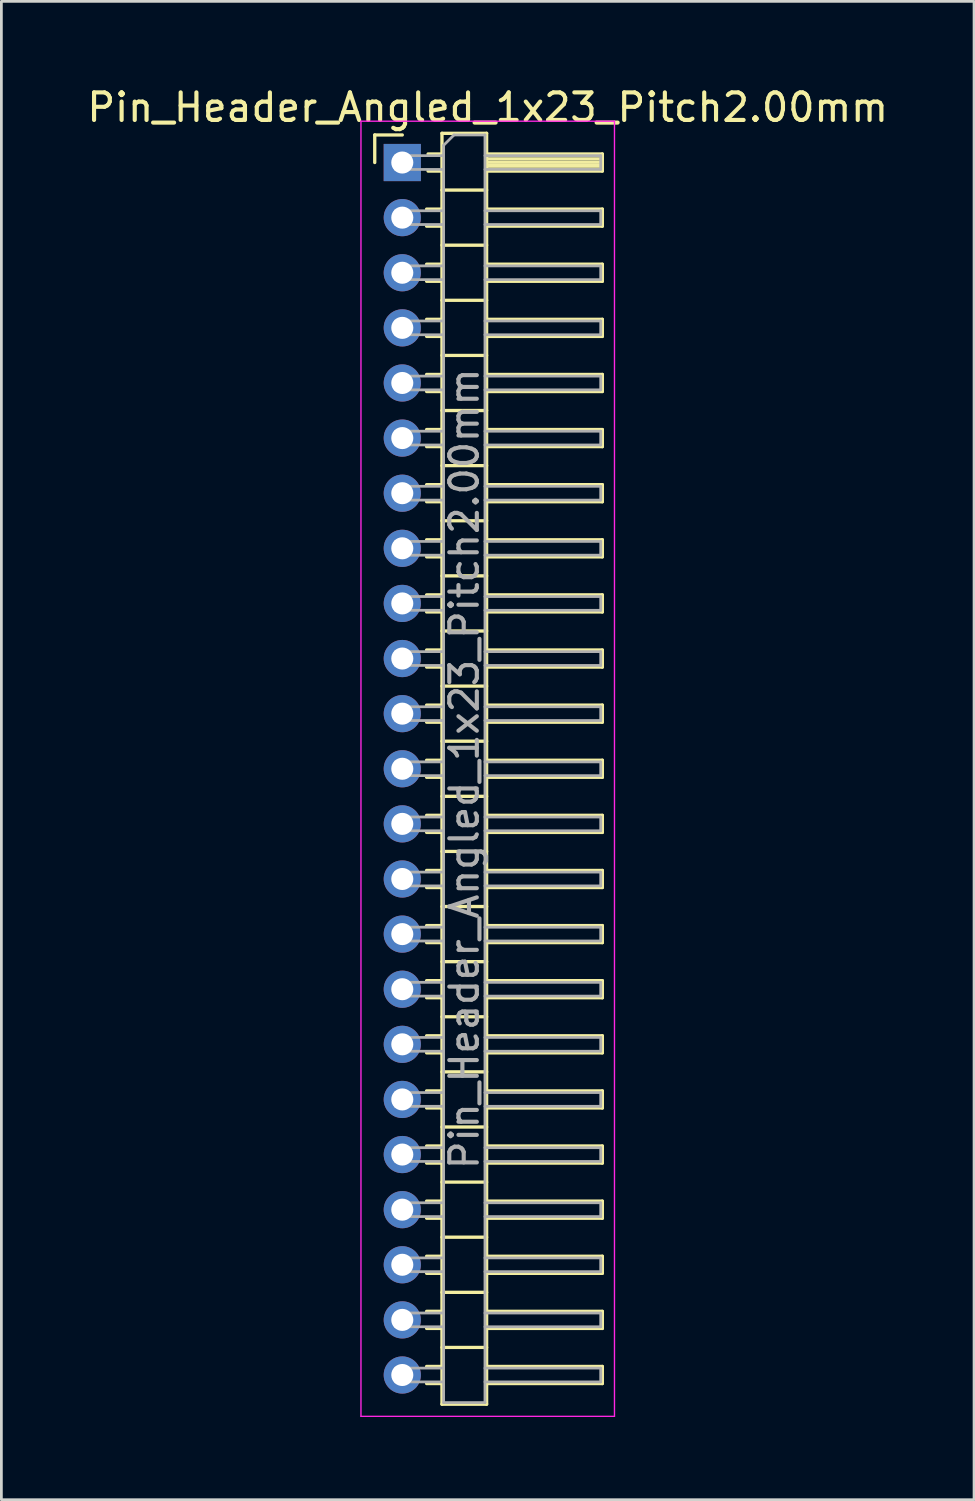
<source format=kicad_pcb>
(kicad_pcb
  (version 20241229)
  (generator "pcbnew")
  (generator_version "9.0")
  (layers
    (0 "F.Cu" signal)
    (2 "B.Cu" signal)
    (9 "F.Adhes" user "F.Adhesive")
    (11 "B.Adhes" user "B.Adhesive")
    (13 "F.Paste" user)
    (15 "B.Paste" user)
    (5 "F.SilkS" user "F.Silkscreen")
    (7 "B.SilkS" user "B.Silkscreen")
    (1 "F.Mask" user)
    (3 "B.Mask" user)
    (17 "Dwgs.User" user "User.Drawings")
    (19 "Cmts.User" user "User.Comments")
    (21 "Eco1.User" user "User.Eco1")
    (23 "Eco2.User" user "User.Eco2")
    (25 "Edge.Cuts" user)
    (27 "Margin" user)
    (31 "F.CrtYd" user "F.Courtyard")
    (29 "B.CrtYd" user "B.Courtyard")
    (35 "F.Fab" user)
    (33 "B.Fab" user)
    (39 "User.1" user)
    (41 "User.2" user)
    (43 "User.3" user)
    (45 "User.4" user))
  (footprint "Pin_Header_Angled_1x23_Pitch2.00mm"
    (layer "F.Cu")
    (at 11.549 2.848)
    (property "Reference" "Pin_Header_Angled_1x23_Pitch2.00mm" (at 3.1 -2 0) (layer "F.SilkS") (effects (font (size 1 1) (thickness 0.15))))
    (attr through_hole)
    (fp_line (start -1 -1) (end 0 -1) (stroke (width 0.12) (type solid)) (layer "F.SilkS"))
    (fp_line (start -1 0) (end -1 -1) (stroke (width 0.12) (type solid)) (layer "F.SilkS"))
    (fp_line (start 0.882 1.69) (end 1.44 1.69) (stroke (width 0.12) (type solid)) (layer "F.SilkS"))
    (fp_line (start 0.882 2.31) (end 1.44 2.31) (stroke (width 0.12) (type solid)) (layer "F.SilkS"))
    (fp_line (start 0.882 3.69) (end 1.44 3.69) (stroke (width 0.12) (type solid)) (layer "F.SilkS"))
    (fp_line (start 0.882 4.31) (end 1.44 4.31) (stroke (width 0.12) (type solid)) (layer "F.SilkS"))
    (fp_line (start 0.882 5.69) (end 1.44 5.69) (stroke (width 0.12) (type solid)) (layer "F.SilkS"))
    (fp_line (start 0.882 6.31) (end 1.44 6.31) (stroke (width 0.12) (type solid)) (layer "F.SilkS"))
    (fp_line (start 0.882 7.69) (end 1.44 7.69) (stroke (width 0.12) (type solid)) (layer "F.SilkS"))
    (fp_line (start 0.882 8.31) (end 1.44 8.31) (stroke (width 0.12) (type solid)) (layer "F.SilkS"))
    (fp_line (start 0.882 9.69) (end 1.44 9.69) (stroke (width 0.12) (type solid)) (layer "F.SilkS"))
    (fp_line (start 0.882 10.31) (end 1.44 10.31) (stroke (width 0.12) (type solid)) (layer "F.SilkS"))
    (fp_line (start 0.882 11.69) (end 1.44 11.69) (stroke (width 0.12) (type solid)) (layer "F.SilkS"))
    (fp_line (start 0.882 12.31) (end 1.44 12.31) (stroke (width 0.12) (type solid)) (layer "F.SilkS"))
    (fp_line (start 0.882 13.69) (end 1.44 13.69) (stroke (width 0.12) (type solid)) (layer "F.SilkS"))
    (fp_line (start 0.882 14.31) (end 1.44 14.31) (stroke (width 0.12) (type solid)) (layer "F.SilkS"))
    (fp_line (start 0.882 15.69) (end 1.44 15.69) (stroke (width 0.12) (type solid)) (layer "F.SilkS"))
    (fp_line (start 0.882 16.31) (end 1.44 16.31) (stroke (width 0.12) (type solid)) (layer "F.SilkS"))
    (fp_line (start 0.882 17.69) (end 1.44 17.69) (stroke (width 0.12) (type solid)) (layer "F.SilkS"))
    (fp_line (start 0.882 18.31) (end 1.44 18.31) (stroke (width 0.12) (type solid)) (layer "F.SilkS"))
    (fp_line (start 0.882 19.69) (end 1.44 19.69) (stroke (width 0.12) (type solid)) (layer "F.SilkS"))
    (fp_line (start 0.882 20.31) (end 1.44 20.31) (stroke (width 0.12) (type solid)) (layer "F.SilkS"))
    (fp_line (start 0.882 21.69) (end 1.44 21.69) (stroke (width 0.12) (type solid)) (layer "F.SilkS"))
    (fp_line (start 0.882 22.31) (end 1.44 22.31) (stroke (width 0.12) (type solid)) (layer "F.SilkS"))
    (fp_line (start 0.882 23.69) (end 1.44 23.69) (stroke (width 0.12) (type solid)) (layer "F.SilkS"))
    (fp_line (start 0.882 24.31) (end 1.44 24.31) (stroke (width 0.12) (type solid)) (layer "F.SilkS"))
    (fp_line (start 0.882 25.69) (end 1.44 25.69) (stroke (width 0.12) (type solid)) (layer "F.SilkS"))
    (fp_line (start 0.882 26.31) (end 1.44 26.31) (stroke (width 0.12) (type solid)) (layer "F.SilkS"))
    (fp_line (start 0.882 27.69) (end 1.44 27.69) (stroke (width 0.12) (type solid)) (layer "F.SilkS"))
    (fp_line (start 0.882 28.31) (end 1.44 28.31) (stroke (width 0.12) (type solid)) (layer "F.SilkS"))
    (fp_line (start 0.882 29.69) (end 1.44 29.69) (stroke (width 0.12) (type solid)) (layer "F.SilkS"))
    (fp_line (start 0.882 30.31) (end 1.44 30.31) (stroke (width 0.12) (type solid)) (layer "F.SilkS"))
    (fp_line (start 0.882 31.69) (end 1.44 31.69) (stroke (width 0.12) (type solid)) (layer "F.SilkS"))
    (fp_line (start 0.882 32.31) (end 1.44 32.31) (stroke (width 0.12) (type solid)) (layer "F.SilkS"))
    (fp_line (start 0.882 33.69) (end 1.44 33.69) (stroke (width 0.12) (type solid)) (layer "F.SilkS"))
    (fp_line (start 0.882 34.31) (end 1.44 34.31) (stroke (width 0.12) (type solid)) (layer "F.SilkS"))
    (fp_line (start 0.882 35.69) (end 1.44 35.69) (stroke (width 0.12) (type solid)) (layer "F.SilkS"))
    (fp_line (start 0.882 36.31) (end 1.44 36.31) (stroke (width 0.12) (type solid)) (layer "F.SilkS"))
    (fp_line (start 0.882 37.69) (end 1.44 37.69) (stroke (width 0.12) (type solid)) (layer "F.SilkS"))
    (fp_line (start 0.882 38.31) (end 1.44 38.31) (stroke (width 0.12) (type solid)) (layer "F.SilkS"))
    (fp_line (start 0.882 39.69) (end 1.44 39.69) (stroke (width 0.12) (type solid)) (layer "F.SilkS"))
    (fp_line (start 0.882 40.31) (end 1.44 40.31) (stroke (width 0.12) (type solid)) (layer "F.SilkS"))
    (fp_line (start 0.882 41.69) (end 1.44 41.69) (stroke (width 0.12) (type solid)) (layer "F.SilkS"))
    (fp_line (start 0.882 42.31) (end 1.44 42.31) (stroke (width 0.12) (type solid)) (layer "F.SilkS"))
    (fp_line (start 0.882 43.69) (end 1.44 43.69) (stroke (width 0.12) (type solid)) (layer "F.SilkS"))
    (fp_line (start 0.882 44.31) (end 1.44 44.31) (stroke (width 0.12) (type solid)) (layer "F.SilkS"))
    (fp_line (start 0.935 -0.31) (end 1.44 -0.31) (stroke (width 0.12) (type solid)) (layer "F.SilkS"))
    (fp_line (start 0.935 0.31) (end 1.44 0.31) (stroke (width 0.12) (type solid)) (layer "F.SilkS"))
    (fp_line (start 1.44 -1.06) (end 1.44 45.06) (stroke (width 0.12) (type solid)) (layer "F.SilkS"))
    (fp_line (start 1.44 1) (end 3.06 1) (stroke (width 0.12) (type solid)) (layer "F.SilkS"))
    (fp_line (start 1.44 3) (end 3.06 3) (stroke (width 0.12) (type solid)) (layer "F.SilkS"))
    (fp_line (start 1.44 5) (end 3.06 5) (stroke (width 0.12) (type solid)) (layer "F.SilkS"))
    (fp_line (start 1.44 7) (end 3.06 7) (stroke (width 0.12) (type solid)) (layer "F.SilkS"))
    (fp_line (start 1.44 9) (end 3.06 9) (stroke (width 0.12) (type solid)) (layer "F.SilkS"))
    (fp_line (start 1.44 11) (end 3.06 11) (stroke (width 0.12) (type solid)) (layer "F.SilkS"))
    (fp_line (start 1.44 13) (end 3.06 13) (stroke (width 0.12) (type solid)) (layer "F.SilkS"))
    (fp_line (start 1.44 15) (end 3.06 15) (stroke (width 0.12) (type solid)) (layer "F.SilkS"))
    (fp_line (start 1.44 17) (end 3.06 17) (stroke (width 0.12) (type solid)) (layer "F.SilkS"))
    (fp_line (start 1.44 19) (end 3.06 19) (stroke (width 0.12) (type solid)) (layer "F.SilkS"))
    (fp_line (start 1.44 21) (end 3.06 21) (stroke (width 0.12) (type solid)) (layer "F.SilkS"))
    (fp_line (start 1.44 23) (end 3.06 23) (stroke (width 0.12) (type solid)) (layer "F.SilkS"))
    (fp_line (start 1.44 25) (end 3.06 25) (stroke (width 0.12) (type solid)) (layer "F.SilkS"))
    (fp_line (start 1.44 27) (end 3.06 27) (stroke (width 0.12) (type solid)) (layer "F.SilkS"))
    (fp_line (start 1.44 29) (end 3.06 29) (stroke (width 0.12) (type solid)) (layer "F.SilkS"))
    (fp_line (start 1.44 31) (end 3.06 31) (stroke (width 0.12) (type solid)) (layer "F.SilkS"))
    (fp_line (start 1.44 33) (end 3.06 33) (stroke (width 0.12) (type solid)) (layer "F.SilkS"))
    (fp_line (start 1.44 35) (end 3.06 35) (stroke (width 0.12) (type solid)) (layer "F.SilkS"))
    (fp_line (start 1.44 37) (end 3.06 37) (stroke (width 0.12) (type solid)) (layer "F.SilkS"))
    (fp_line (start 1.44 39) (end 3.06 39) (stroke (width 0.12) (type solid)) (layer "F.SilkS"))
    (fp_line (start 1.44 41) (end 3.06 41) (stroke (width 0.12) (type solid)) (layer "F.SilkS"))
    (fp_line (start 1.44 43) (end 3.06 43) (stroke (width 0.12) (type solid)) (layer "F.SilkS"))
    (fp_line (start 1.44 45.06) (end 3.06 45.06) (stroke (width 0.12) (type solid)) (layer "F.SilkS"))
    (fp_line (start 3.06 -1.06) (end 1.44 -1.06) (stroke (width 0.12) (type solid)) (layer "F.SilkS"))
    (fp_line (start 3.06 -0.31) (end 7.26 -0.31) (stroke (width 0.12) (type solid)) (layer "F.SilkS"))
    (fp_line (start 3.06 -0.25) (end 7.26 -0.25) (stroke (width 0.12) (type solid)) (layer "F.SilkS"))
    (fp_line (start 3.06 -0.13) (end 7.26 -0.13) (stroke (width 0.12) (type solid)) (layer "F.SilkS"))
    (fp_line (start 3.06 -0.01) (end 7.26 -0.01) (stroke (width 0.12) (type solid)) (layer "F.SilkS"))
    (fp_line (start 3.06 0.11) (end 7.26 0.11) (stroke (width 0.12) (type solid)) (layer "F.SilkS"))
    (fp_line (start 3.06 0.23) (end 7.26 0.23) (stroke (width 0.12) (type solid)) (layer "F.SilkS"))
    (fp_line (start 3.06 1.69) (end 7.26 1.69) (stroke (width 0.12) (type solid)) (layer "F.SilkS"))
    (fp_line (start 3.06 3.69) (end 7.26 3.69) (stroke (width 0.12) (type solid)) (layer "F.SilkS"))
    (fp_line (start 3.06 5.69) (end 7.26 5.69) (stroke (width 0.12) (type solid)) (layer "F.SilkS"))
    (fp_line (start 3.06 7.69) (end 7.26 7.69) (stroke (width 0.12) (type solid)) (layer "F.SilkS"))
    (fp_line (start 3.06 9.69) (end 7.26 9.69) (stroke (width 0.12) (type solid)) (layer "F.SilkS"))
    (fp_line (start 3.06 11.69) (end 7.26 11.69) (stroke (width 0.12) (type solid)) (layer "F.SilkS"))
    (fp_line (start 3.06 13.69) (end 7.26 13.69) (stroke (width 0.12) (type solid)) (layer "F.SilkS"))
    (fp_line (start 3.06 15.69) (end 7.26 15.69) (stroke (width 0.12) (type solid)) (layer "F.SilkS"))
    (fp_line (start 3.06 17.69) (end 7.26 17.69) (stroke (width 0.12) (type solid)) (layer "F.SilkS"))
    (fp_line (start 3.06 19.69) (end 7.26 19.69) (stroke (width 0.12) (type solid)) (layer "F.SilkS"))
    (fp_line (start 3.06 21.69) (end 7.26 21.69) (stroke (width 0.12) (type solid)) (layer "F.SilkS"))
    (fp_line (start 3.06 23.69) (end 7.26 23.69) (stroke (width 0.12) (type solid)) (layer "F.SilkS"))
    (fp_line (start 3.06 25.69) (end 7.26 25.69) (stroke (width 0.12) (type solid)) (layer "F.SilkS"))
    (fp_line (start 3.06 27.69) (end 7.26 27.69) (stroke (width 0.12) (type solid)) (layer "F.SilkS"))
    (fp_line (start 3.06 29.69) (end 7.26 29.69) (stroke (width 0.12) (type solid)) (layer "F.SilkS"))
    (fp_line (start 3.06 31.69) (end 7.26 31.69) (stroke (width 0.12) (type solid)) (layer "F.SilkS"))
    (fp_line (start 3.06 33.69) (end 7.26 33.69) (stroke (width 0.12) (type solid)) (layer "F.SilkS"))
    (fp_line (start 3.06 35.69) (end 7.26 35.69) (stroke (width 0.12) (type solid)) (layer "F.SilkS"))
    (fp_line (start 3.06 37.69) (end 7.26 37.69) (stroke (width 0.12) (type solid)) (layer "F.SilkS"))
    (fp_line (start 3.06 39.69) (end 7.26 39.69) (stroke (width 0.12) (type solid)) (layer "F.SilkS"))
    (fp_line (start 3.06 41.69) (end 7.26 41.69) (stroke (width 0.12) (type solid)) (layer "F.SilkS"))
    (fp_line (start 3.06 43.69) (end 7.26 43.69) (stroke (width 0.12) (type solid)) (layer "F.SilkS"))
    (fp_line (start 3.06 45.06) (end 3.06 -1.06) (stroke (width 0.12) (type solid)) (layer "F.SilkS"))
    (fp_line (start 7.26 -0.31) (end 7.26 0.31) (stroke (width 0.12) (type solid)) (layer "F.SilkS"))
    (fp_line (start 7.26 0.31) (end 3.06 0.31) (stroke (width 0.12) (type solid)) (layer "F.SilkS"))
    (fp_line (start 7.26 1.69) (end 7.26 2.31) (stroke (width 0.12) (type solid)) (layer "F.SilkS"))
    (fp_line (start 7.26 2.31) (end 3.06 2.31) (stroke (width 0.12) (type solid)) (layer "F.SilkS"))
    (fp_line (start 7.26 3.69) (end 7.26 4.31) (stroke (width 0.12) (type solid)) (layer "F.SilkS"))
    (fp_line (start 7.26 4.31) (end 3.06 4.31) (stroke (width 0.12) (type solid)) (layer "F.SilkS"))
    (fp_line (start 7.26 5.69) (end 7.26 6.31) (stroke (width 0.12) (type solid)) (layer "F.SilkS"))
    (fp_line (start 7.26 6.31) (end 3.06 6.31) (stroke (width 0.12) (type solid)) (layer "F.SilkS"))
    (fp_line (start 7.26 7.69) (end 7.26 8.31) (stroke (width 0.12) (type solid)) (layer "F.SilkS"))
    (fp_line (start 7.26 8.31) (end 3.06 8.31) (stroke (width 0.12) (type solid)) (layer "F.SilkS"))
    (fp_line (start 7.26 9.69) (end 7.26 10.31) (stroke (width 0.12) (type solid)) (layer "F.SilkS"))
    (fp_line (start 7.26 10.31) (end 3.06 10.31) (stroke (width 0.12) (type solid)) (layer "F.SilkS"))
    (fp_line (start 7.26 11.69) (end 7.26 12.31) (stroke (width 0.12) (type solid)) (layer "F.SilkS"))
    (fp_line (start 7.26 12.31) (end 3.06 12.31) (stroke (width 0.12) (type solid)) (layer "F.SilkS"))
    (fp_line (start 7.26 13.69) (end 7.26 14.31) (stroke (width 0.12) (type solid)) (layer "F.SilkS"))
    (fp_line (start 7.26 14.31) (end 3.06 14.31) (stroke (width 0.12) (type solid)) (layer "F.SilkS"))
    (fp_line (start 7.26 15.69) (end 7.26 16.31) (stroke (width 0.12) (type solid)) (layer "F.SilkS"))
    (fp_line (start 7.26 16.31) (end 3.06 16.31) (stroke (width 0.12) (type solid)) (layer "F.SilkS"))
    (fp_line (start 7.26 17.69) (end 7.26 18.31) (stroke (width 0.12) (type solid)) (layer "F.SilkS"))
    (fp_line (start 7.26 18.31) (end 3.06 18.31) (stroke (width 0.12) (type solid)) (layer "F.SilkS"))
    (fp_line (start 7.26 19.69) (end 7.26 20.31) (stroke (width 0.12) (type solid)) (layer "F.SilkS"))
    (fp_line (start 7.26 20.31) (end 3.06 20.31) (stroke (width 0.12) (type solid)) (layer "F.SilkS"))
    (fp_line (start 7.26 21.69) (end 7.26 22.31) (stroke (width 0.12) (type solid)) (layer "F.SilkS"))
    (fp_line (start 7.26 22.31) (end 3.06 22.31) (stroke (width 0.12) (type solid)) (layer "F.SilkS"))
    (fp_line (start 7.26 23.69) (end 7.26 24.31) (stroke (width 0.12) (type solid)) (layer "F.SilkS"))
    (fp_line (start 7.26 24.31) (end 3.06 24.31) (stroke (width 0.12) (type solid)) (layer "F.SilkS"))
    (fp_line (start 7.26 25.69) (end 7.26 26.31) (stroke (width 0.12) (type solid)) (layer "F.SilkS"))
    (fp_line (start 7.26 26.31) (end 3.06 26.31) (stroke (width 0.12) (type solid)) (layer "F.SilkS"))
    (fp_line (start 7.26 27.69) (end 7.26 28.31) (stroke (width 0.12) (type solid)) (layer "F.SilkS"))
    (fp_line (start 7.26 28.31) (end 3.06 28.31) (stroke (width 0.12) (type solid)) (layer "F.SilkS"))
    (fp_line (start 7.26 29.69) (end 7.26 30.31) (stroke (width 0.12) (type solid)) (layer "F.SilkS"))
    (fp_line (start 7.26 30.31) (end 3.06 30.31) (stroke (width 0.12) (type solid)) (layer "F.SilkS"))
    (fp_line (start 7.26 31.69) (end 7.26 32.31) (stroke (width 0.12) (type solid)) (layer "F.SilkS"))
    (fp_line (start 7.26 32.31) (end 3.06 32.31) (stroke (width 0.12) (type solid)) (layer "F.SilkS"))
    (fp_line (start 7.26 33.69) (end 7.26 34.31) (stroke (width 0.12) (type solid)) (layer "F.SilkS"))
    (fp_line (start 7.26 34.31) (end 3.06 34.31) (stroke (width 0.12) (type solid)) (layer "F.SilkS"))
    (fp_line (start 7.26 35.69) (end 7.26 36.31) (stroke (width 0.12) (type solid)) (layer "F.SilkS"))
    (fp_line (start 7.26 36.31) (end 3.06 36.31) (stroke (width 0.12) (type solid)) (layer "F.SilkS"))
    (fp_line (start 7.26 37.69) (end 7.26 38.31) (stroke (width 0.12) (type solid)) (layer "F.SilkS"))
    (fp_line (start 7.26 38.31) (end 3.06 38.31) (stroke (width 0.12) (type solid)) (layer "F.SilkS"))
    (fp_line (start 7.26 39.69) (end 7.26 40.31) (stroke (width 0.12) (type solid)) (layer "F.SilkS"))
    (fp_line (start 7.26 40.31) (end 3.06 40.31) (stroke (width 0.12) (type solid)) (layer "F.SilkS"))
    (fp_line (start 7.26 41.69) (end 7.26 42.31) (stroke (width 0.12) (type solid)) (layer "F.SilkS"))
    (fp_line (start 7.26 42.31) (end 3.06 42.31) (stroke (width 0.12) (type solid)) (layer "F.SilkS"))
    (fp_line (start 7.26 43.69) (end 7.26 44.31) (stroke (width 0.12) (type solid)) (layer "F.SilkS"))
    (fp_line (start 7.26 44.31) (end 3.06 44.31) (stroke (width 0.12) (type solid)) (layer "F.SilkS"))
    (fp_line (start -1.5 -1.5) (end -1.5 45.5) (stroke (width 0.05) (type solid)) (layer "F.CrtYd"))
    (fp_line (start -1.5 45.5) (end 7.7 45.5) (stroke (width 0.05) (type solid)) (layer "F.CrtYd"))
    (fp_line (start 7.7 -1.5) (end -1.5 -1.5) (stroke (width 0.05) (type solid)) (layer "F.CrtYd"))
    (fp_line (start 7.7 45.5) (end 7.7 -1.5) (stroke (width 0.05) (type solid)) (layer "F.CrtYd"))
    (fp_line (start -0.25 -0.25) (end -0.25 0.25) (stroke (width 0.1) (type solid)) (layer "F.Fab"))
    (fp_line (start -0.25 -0.25) (end 1.5 -0.25) (stroke (width 0.1) (type solid)) (layer "F.Fab"))
    (fp_line (start -0.25 0.25) (end 1.5 0.25) (stroke (width 0.1) (type solid)) (layer "F.Fab"))
    (fp_line (start -0.25 1.75) (end -0.25 2.25) (stroke (width 0.1) (type solid)) (layer "F.Fab"))
    (fp_line (start -0.25 1.75) (end 1.5 1.75) (stroke (width 0.1) (type solid)) (layer "F.Fab"))
    (fp_line (start -0.25 2.25) (end 1.5 2.25) (stroke (width 0.1) (type solid)) (layer "F.Fab"))
    (fp_line (start -0.25 3.75) (end -0.25 4.25) (stroke (width 0.1) (type solid)) (layer "F.Fab"))
    (fp_line (start -0.25 3.75) (end 1.5 3.75) (stroke (width 0.1) (type solid)) (layer "F.Fab"))
    (fp_line (start -0.25 4.25) (end 1.5 4.25) (stroke (width 0.1) (type solid)) (layer "F.Fab"))
    (fp_line (start -0.25 5.75) (end -0.25 6.25) (stroke (width 0.1) (type solid)) (layer "F.Fab"))
    (fp_line (start -0.25 5.75) (end 1.5 5.75) (stroke (width 0.1) (type solid)) (layer "F.Fab"))
    (fp_line (start -0.25 6.25) (end 1.5 6.25) (stroke (width 0.1) (type solid)) (layer "F.Fab"))
    (fp_line (start -0.25 7.75) (end -0.25 8.25) (stroke (width 0.1) (type solid)) (layer "F.Fab"))
    (fp_line (start -0.25 7.75) (end 1.5 7.75) (stroke (width 0.1) (type solid)) (layer "F.Fab"))
    (fp_line (start -0.25 8.25) (end 1.5 8.25) (stroke (width 0.1) (type solid)) (layer "F.Fab"))
    (fp_line (start -0.25 9.75) (end -0.25 10.25) (stroke (width 0.1) (type solid)) (layer "F.Fab"))
    (fp_line (start -0.25 9.75) (end 1.5 9.75) (stroke (width 0.1) (type solid)) (layer "F.Fab"))
    (fp_line (start -0.25 10.25) (end 1.5 10.25) (stroke (width 0.1) (type solid)) (layer "F.Fab"))
    (fp_line (start -0.25 11.75) (end -0.25 12.25) (stroke (width 0.1) (type solid)) (layer "F.Fab"))
    (fp_line (start -0.25 11.75) (end 1.5 11.75) (stroke (width 0.1) (type solid)) (layer "F.Fab"))
    (fp_line (start -0.25 12.25) (end 1.5 12.25) (stroke (width 0.1) (type solid)) (layer "F.Fab"))
    (fp_line (start -0.25 13.75) (end -0.25 14.25) (stroke (width 0.1) (type solid)) (layer "F.Fab"))
    (fp_line (start -0.25 13.75) (end 1.5 13.75) (stroke (width 0.1) (type solid)) (layer "F.Fab"))
    (fp_line (start -0.25 14.25) (end 1.5 14.25) (stroke (width 0.1) (type solid)) (layer "F.Fab"))
    (fp_line (start -0.25 15.75) (end -0.25 16.25) (stroke (width 0.1) (type solid)) (layer "F.Fab"))
    (fp_line (start -0.25 15.75) (end 1.5 15.75) (stroke (width 0.1) (type solid)) (layer "F.Fab"))
    (fp_line (start -0.25 16.25) (end 1.5 16.25) (stroke (width 0.1) (type solid)) (layer "F.Fab"))
    (fp_line (start -0.25 17.75) (end -0.25 18.25) (stroke (width 0.1) (type solid)) (layer "F.Fab"))
    (fp_line (start -0.25 17.75) (end 1.5 17.75) (stroke (width 0.1) (type solid)) (layer "F.Fab"))
    (fp_line (start -0.25 18.25) (end 1.5 18.25) (stroke (width 0.1) (type solid)) (layer "F.Fab"))
    (fp_line (start -0.25 19.75) (end -0.25 20.25) (stroke (width 0.1) (type solid)) (layer "F.Fab"))
    (fp_line (start -0.25 19.75) (end 1.5 19.75) (stroke (width 0.1) (type solid)) (layer "F.Fab"))
    (fp_line (start -0.25 20.25) (end 1.5 20.25) (stroke (width 0.1) (type solid)) (layer "F.Fab"))
    (fp_line (start -0.25 21.75) (end -0.25 22.25) (stroke (width 0.1) (type solid)) (layer "F.Fab"))
    (fp_line (start -0.25 21.75) (end 1.5 21.75) (stroke (width 0.1) (type solid)) (layer "F.Fab"))
    (fp_line (start -0.25 22.25) (end 1.5 22.25) (stroke (width 0.1) (type solid)) (layer "F.Fab"))
    (fp_line (start -0.25 23.75) (end -0.25 24.25) (stroke (width 0.1) (type solid)) (layer "F.Fab"))
    (fp_line (start -0.25 23.75) (end 1.5 23.75) (stroke (width 0.1) (type solid)) (layer "F.Fab"))
    (fp_line (start -0.25 24.25) (end 1.5 24.25) (stroke (width 0.1) (type solid)) (layer "F.Fab"))
    (fp_line (start -0.25 25.75) (end -0.25 26.25) (stroke (width 0.1) (type solid)) (layer "F.Fab"))
    (fp_line (start -0.25 25.75) (end 1.5 25.75) (stroke (width 0.1) (type solid)) (layer "F.Fab"))
    (fp_line (start -0.25 26.25) (end 1.5 26.25) (stroke (width 0.1) (type solid)) (layer "F.Fab"))
    (fp_line (start -0.25 27.75) (end -0.25 28.25) (stroke (width 0.1) (type solid)) (layer "F.Fab"))
    (fp_line (start -0.25 27.75) (end 1.5 27.75) (stroke (width 0.1) (type solid)) (layer "F.Fab"))
    (fp_line (start -0.25 28.25) (end 1.5 28.25) (stroke (width 0.1) (type solid)) (layer "F.Fab"))
    (fp_line (start -0.25 29.75) (end -0.25 30.25) (stroke (width 0.1) (type solid)) (layer "F.Fab"))
    (fp_line (start -0.25 29.75) (end 1.5 29.75) (stroke (width 0.1) (type solid)) (layer "F.Fab"))
    (fp_line (start -0.25 30.25) (end 1.5 30.25) (stroke (width 0.1) (type solid)) (layer "F.Fab"))
    (fp_line (start -0.25 31.75) (end -0.25 32.25) (stroke (width 0.1) (type solid)) (layer "F.Fab"))
    (fp_line (start -0.25 31.75) (end 1.5 31.75) (stroke (width 0.1) (type solid)) (layer "F.Fab"))
    (fp_line (start -0.25 32.25) (end 1.5 32.25) (stroke (width 0.1) (type solid)) (layer "F.Fab"))
    (fp_line (start -0.25 33.75) (end -0.25 34.25) (stroke (width 0.1) (type solid)) (layer "F.Fab"))
    (fp_line (start -0.25 33.75) (end 1.5 33.75) (stroke (width 0.1) (type solid)) (layer "F.Fab"))
    (fp_line (start -0.25 34.25) (end 1.5 34.25) (stroke (width 0.1) (type solid)) (layer "F.Fab"))
    (fp_line (start -0.25 35.75) (end -0.25 36.25) (stroke (width 0.1) (type solid)) (layer "F.Fab"))
    (fp_line (start -0.25 35.75) (end 1.5 35.75) (stroke (width 0.1) (type solid)) (layer "F.Fab"))
    (fp_line (start -0.25 36.25) (end 1.5 36.25) (stroke (width 0.1) (type solid)) (layer "F.Fab"))
    (fp_line (start -0.25 37.75) (end -0.25 38.25) (stroke (width 0.1) (type solid)) (layer "F.Fab"))
    (fp_line (start -0.25 37.75) (end 1.5 37.75) (stroke (width 0.1) (type solid)) (layer "F.Fab"))
    (fp_line (start -0.25 38.25) (end 1.5 38.25) (stroke (width 0.1) (type solid)) (layer "F.Fab"))
    (fp_line (start -0.25 39.75) (end -0.25 40.25) (stroke (width 0.1) (type solid)) (layer "F.Fab"))
    (fp_line (start -0.25 39.75) (end 1.5 39.75) (stroke (width 0.1) (type solid)) (layer "F.Fab"))
    (fp_line (start -0.25 40.25) (end 1.5 40.25) (stroke (width 0.1) (type solid)) (layer "F.Fab"))
    (fp_line (start -0.25 41.75) (end -0.25 42.25) (stroke (width 0.1) (type solid)) (layer "F.Fab"))
    (fp_line (start -0.25 41.75) (end 1.5 41.75) (stroke (width 0.1) (type solid)) (layer "F.Fab"))
    (fp_line (start -0.25 42.25) (end 1.5 42.25) (stroke (width 0.1) (type solid)) (layer "F.Fab"))
    (fp_line (start -0.25 43.75) (end -0.25 44.25) (stroke (width 0.1) (type solid)) (layer "F.Fab"))
    (fp_line (start -0.25 43.75) (end 1.5 43.75) (stroke (width 0.1) (type solid)) (layer "F.Fab"))
    (fp_line (start -0.25 44.25) (end 1.5 44.25) (stroke (width 0.1) (type solid)) (layer "F.Fab"))
    (fp_line (start 1.5 -0.625) (end 1.875 -1) (stroke (width 0.1) (type solid)) (layer "F.Fab"))
    (fp_line (start 1.5 45) (end 1.5 -0.625) (stroke (width 0.1) (type solid)) (layer "F.Fab"))
    (fp_line (start 1.875 -1) (end 3 -1) (stroke (width 0.1) (type solid)) (layer "F.Fab"))
    (fp_line (start 3 -1) (end 3 45) (stroke (width 0.1) (type solid)) (layer "F.Fab"))
    (fp_line (start 3 -0.25) (end 7.2 -0.25) (stroke (width 0.1) (type solid)) (layer "F.Fab"))
    (fp_line (start 3 0.25) (end 7.2 0.25) (stroke (width 0.1) (type solid)) (layer "F.Fab"))
    (fp_line (start 3 1.75) (end 7.2 1.75) (stroke (width 0.1) (type solid)) (layer "F.Fab"))
    (fp_line (start 3 2.25) (end 7.2 2.25) (stroke (width 0.1) (type solid)) (layer "F.Fab"))
    (fp_line (start 3 3.75) (end 7.2 3.75) (stroke (width 0.1) (type solid)) (layer "F.Fab"))
    (fp_line (start 3 4.25) (end 7.2 4.25) (stroke (width 0.1) (type solid)) (layer "F.Fab"))
    (fp_line (start 3 5.75) (end 7.2 5.75) (stroke (width 0.1) (type solid)) (layer "F.Fab"))
    (fp_line (start 3 6.25) (end 7.2 6.25) (stroke (width 0.1) (type solid)) (layer "F.Fab"))
    (fp_line (start 3 7.75) (end 7.2 7.75) (stroke (width 0.1) (type solid)) (layer "F.Fab"))
    (fp_line (start 3 8.25) (end 7.2 8.25) (stroke (width 0.1) (type solid)) (layer "F.Fab"))
    (fp_line (start 3 9.75) (end 7.2 9.75) (stroke (width 0.1) (type solid)) (layer "F.Fab"))
    (fp_line (start 3 10.25) (end 7.2 10.25) (stroke (width 0.1) (type solid)) (layer "F.Fab"))
    (fp_line (start 3 11.75) (end 7.2 11.75) (stroke (width 0.1) (type solid)) (layer "F.Fab"))
    (fp_line (start 3 12.25) (end 7.2 12.25) (stroke (width 0.1) (type solid)) (layer "F.Fab"))
    (fp_line (start 3 13.75) (end 7.2 13.75) (stroke (width 0.1) (type solid)) (layer "F.Fab"))
    (fp_line (start 3 14.25) (end 7.2 14.25) (stroke (width 0.1) (type solid)) (layer "F.Fab"))
    (fp_line (start 3 15.75) (end 7.2 15.75) (stroke (width 0.1) (type solid)) (layer "F.Fab"))
    (fp_line (start 3 16.25) (end 7.2 16.25) (stroke (width 0.1) (type solid)) (layer "F.Fab"))
    (fp_line (start 3 17.75) (end 7.2 17.75) (stroke (width 0.1) (type solid)) (layer "F.Fab"))
    (fp_line (start 3 18.25) (end 7.2 18.25) (stroke (width 0.1) (type solid)) (layer "F.Fab"))
    (fp_line (start 3 19.75) (end 7.2 19.75) (stroke (width 0.1) (type solid)) (layer "F.Fab"))
    (fp_line (start 3 20.25) (end 7.2 20.25) (stroke (width 0.1) (type solid)) (layer "F.Fab"))
    (fp_line (start 3 21.75) (end 7.2 21.75) (stroke (width 0.1) (type solid)) (layer "F.Fab"))
    (fp_line (start 3 22.25) (end 7.2 22.25) (stroke (width 0.1) (type solid)) (layer "F.Fab"))
    (fp_line (start 3 23.75) (end 7.2 23.75) (stroke (width 0.1) (type solid)) (layer "F.Fab"))
    (fp_line (start 3 24.25) (end 7.2 24.25) (stroke (width 0.1) (type solid)) (layer "F.Fab"))
    (fp_line (start 3 25.75) (end 7.2 25.75) (stroke (width 0.1) (type solid)) (layer "F.Fab"))
    (fp_line (start 3 26.25) (end 7.2 26.25) (stroke (width 0.1) (type solid)) (layer "F.Fab"))
    (fp_line (start 3 27.75) (end 7.2 27.75) (stroke (width 0.1) (type solid)) (layer "F.Fab"))
    (fp_line (start 3 28.25) (end 7.2 28.25) (stroke (width 0.1) (type solid)) (layer "F.Fab"))
    (fp_line (start 3 29.75) (end 7.2 29.75) (stroke (width 0.1) (type solid)) (layer "F.Fab"))
    (fp_line (start 3 30.25) (end 7.2 30.25) (stroke (width 0.1) (type solid)) (layer "F.Fab"))
    (fp_line (start 3 31.75) (end 7.2 31.75) (stroke (width 0.1) (type solid)) (layer "F.Fab"))
    (fp_line (start 3 32.25) (end 7.2 32.25) (stroke (width 0.1) (type solid)) (layer "F.Fab"))
    (fp_line (start 3 33.75) (end 7.2 33.75) (stroke (width 0.1) (type solid)) (layer "F.Fab"))
    (fp_line (start 3 34.25) (end 7.2 34.25) (stroke (width 0.1) (type solid)) (layer "F.Fab"))
    (fp_line (start 3 35.75) (end 7.2 35.75) (stroke (width 0.1) (type solid)) (layer "F.Fab"))
    (fp_line (start 3 36.25) (end 7.2 36.25) (stroke (width 0.1) (type solid)) (layer "F.Fab"))
    (fp_line (start 3 37.75) (end 7.2 37.75) (stroke (width 0.1) (type solid)) (layer "F.Fab"))
    (fp_line (start 3 38.25) (end 7.2 38.25) (stroke (width 0.1) (type solid)) (layer "F.Fab"))
    (fp_line (start 3 39.75) (end 7.2 39.75) (stroke (width 0.1) (type solid)) (layer "F.Fab"))
    (fp_line (start 3 40.25) (end 7.2 40.25) (stroke (width 0.1) (type solid)) (layer "F.Fab"))
    (fp_line (start 3 41.75) (end 7.2 41.75) (stroke (width 0.1) (type solid)) (layer "F.Fab"))
    (fp_line (start 3 42.25) (end 7.2 42.25) (stroke (width 0.1) (type solid)) (layer "F.Fab"))
    (fp_line (start 3 43.75) (end 7.2 43.75) (stroke (width 0.1) (type solid)) (layer "F.Fab"))
    (fp_line (start 3 44.25) (end 7.2 44.25) (stroke (width 0.1) (type solid)) (layer "F.Fab"))
    (fp_line (start 3 45) (end 1.5 45) (stroke (width 0.1) (type solid)) (layer "F.Fab"))
    (fp_line (start 7.2 -0.25) (end 7.2 0.25) (stroke (width 0.1) (type solid)) (layer "F.Fab"))
    (fp_line (start 7.2 1.75) (end 7.2 2.25) (stroke (width 0.1) (type solid)) (layer "F.Fab"))
    (fp_line (start 7.2 3.75) (end 7.2 4.25) (stroke (width 0.1) (type solid)) (layer "F.Fab"))
    (fp_line (start 7.2 5.75) (end 7.2 6.25) (stroke (width 0.1) (type solid)) (layer "F.Fab"))
    (fp_line (start 7.2 7.75) (end 7.2 8.25) (stroke (width 0.1) (type solid)) (layer "F.Fab"))
    (fp_line (start 7.2 9.75) (end 7.2 10.25) (stroke (width 0.1) (type solid)) (layer "F.Fab"))
    (fp_line (start 7.2 11.75) (end 7.2 12.25) (stroke (width 0.1) (type solid)) (layer "F.Fab"))
    (fp_line (start 7.2 13.75) (end 7.2 14.25) (stroke (width 0.1) (type solid)) (layer "F.Fab"))
    (fp_line (start 7.2 15.75) (end 7.2 16.25) (stroke (width 0.1) (type solid)) (layer "F.Fab"))
    (fp_line (start 7.2 17.75) (end 7.2 18.25) (stroke (width 0.1) (type solid)) (layer "F.Fab"))
    (fp_line (start 7.2 19.75) (end 7.2 20.25) (stroke (width 0.1) (type solid)) (layer "F.Fab"))
    (fp_line (start 7.2 21.75) (end 7.2 22.25) (stroke (width 0.1) (type solid)) (layer "F.Fab"))
    (fp_line (start 7.2 23.75) (end 7.2 24.25) (stroke (width 0.1) (type solid)) (layer "F.Fab"))
    (fp_line (start 7.2 25.75) (end 7.2 26.25) (stroke (width 0.1) (type solid)) (layer "F.Fab"))
    (fp_line (start 7.2 27.75) (end 7.2 28.25) (stroke (width 0.1) (type solid)) (layer "F.Fab"))
    (fp_line (start 7.2 29.75) (end 7.2 30.25) (stroke (width 0.1) (type solid)) (layer "F.Fab"))
    (fp_line (start 7.2 31.75) (end 7.2 32.25) (stroke (width 0.1) (type solid)) (layer "F.Fab"))
    (fp_line (start 7.2 33.75) (end 7.2 34.25) (stroke (width 0.1) (type solid)) (layer "F.Fab"))
    (fp_line (start 7.2 35.75) (end 7.2 36.25) (stroke (width 0.1) (type solid)) (layer "F.Fab"))
    (fp_line (start 7.2 37.75) (end 7.2 38.25) (stroke (width 0.1) (type solid)) (layer "F.Fab"))
    (fp_line (start 7.2 39.75) (end 7.2 40.25) (stroke (width 0.1) (type solid)) (layer "F.Fab"))
    (fp_line (start 7.2 41.75) (end 7.2 42.25) (stroke (width 0.1) (type solid)) (layer "F.Fab"))
    (fp_line (start 7.2 43.75) (end 7.2 44.25) (stroke (width 0.1) (type solid)) (layer "F.Fab"))
    (fp_text user "${REFERENCE}" (at 2.25 22 90) (layer "F.Fab") (effects (font (size 1 1) (thickness 0.15))))
    (pad "1" thru_hole rect (at 0 0) (size 1.35 1.35) (drill 0.8) (layers "*.Cu" "*.Mask"))
    (pad "2" thru_hole oval (at 0 2) (size 1.35 1.35) (drill 0.8) (layers "*.Cu" "*.Mask"))
    (pad "3" thru_hole oval (at 0 4) (size 1.35 1.35) (drill 0.8) (layers "*.Cu" "*.Mask"))
    (pad "4" thru_hole oval (at 0 6) (size 1.35 1.35) (drill 0.8) (layers "*.Cu" "*.Mask"))
    (pad "5" thru_hole oval (at 0 8) (size 1.35 1.35) (drill 0.8) (layers "*.Cu" "*.Mask"))
    (pad "6" thru_hole oval (at 0 10) (size 1.35 1.35) (drill 0.8) (layers "*.Cu" "*.Mask"))
    (pad "7" thru_hole oval (at 0 12) (size 1.35 1.35) (drill 0.8) (layers "*.Cu" "*.Mask"))
    (pad "8" thru_hole oval (at 0 14) (size 1.35 1.35) (drill 0.8) (layers "*.Cu" "*.Mask"))
    (pad "9" thru_hole oval (at 0 16) (size 1.35 1.35) (drill 0.8) (layers "*.Cu" "*.Mask"))
    (pad "10" thru_hole oval (at 0 18) (size 1.35 1.35) (drill 0.8) (layers "*.Cu" "*.Mask"))
    (pad "11" thru_hole oval (at 0 20) (size 1.35 1.35) (drill 0.8) (layers "*.Cu" "*.Mask"))
    (pad "12" thru_hole oval (at 0 22) (size 1.35 1.35) (drill 0.8) (layers "*.Cu" "*.Mask"))
    (pad "13" thru_hole oval (at 0 24) (size 1.35 1.35) (drill 0.8) (layers "*.Cu" "*.Mask"))
    (pad "14" thru_hole oval (at 0 26) (size 1.35 1.35) (drill 0.8) (layers "*.Cu" "*.Mask"))
    (pad "15" thru_hole oval (at 0 28) (size 1.35 1.35) (drill 0.8) (layers "*.Cu" "*.Mask"))
    (pad "16" thru_hole oval (at 0 30) (size 1.35 1.35) (drill 0.8) (layers "*.Cu" "*.Mask"))
    (pad "17" thru_hole oval (at 0 32) (size 1.35 1.35) (drill 0.8) (layers "*.Cu" "*.Mask"))
    (pad "18" thru_hole oval (at 0 34) (size 1.35 1.35) (drill 0.8) (layers "*.Cu" "*.Mask"))
    (pad "19" thru_hole oval (at 0 36) (size 1.35 1.35) (drill 0.8) (layers "*.Cu" "*.Mask"))
    (pad "20" thru_hole oval (at 0 38) (size 1.35 1.35) (drill 0.8) (layers "*.Cu" "*.Mask"))
    (pad "21" thru_hole oval (at 0 40) (size 1.35 1.35) (drill 0.8) (layers "*.Cu" "*.Mask"))
    (pad "22" thru_hole oval (at 0 42) (size 1.35 1.35) (drill 0.8) (layers "*.Cu" "*.Mask"))
    (pad "23" thru_hole oval (at 0 44) (size 1.35 1.35) (drill 0.8) (layers "*.Cu" "*.Mask")))
  (gr_rect
    (start -3 -3)
    (end 32.298 51.373)
    (stroke (width 0.1) (type default))
    (fill no)
    (layer "Edge.Cuts")))
</source>
